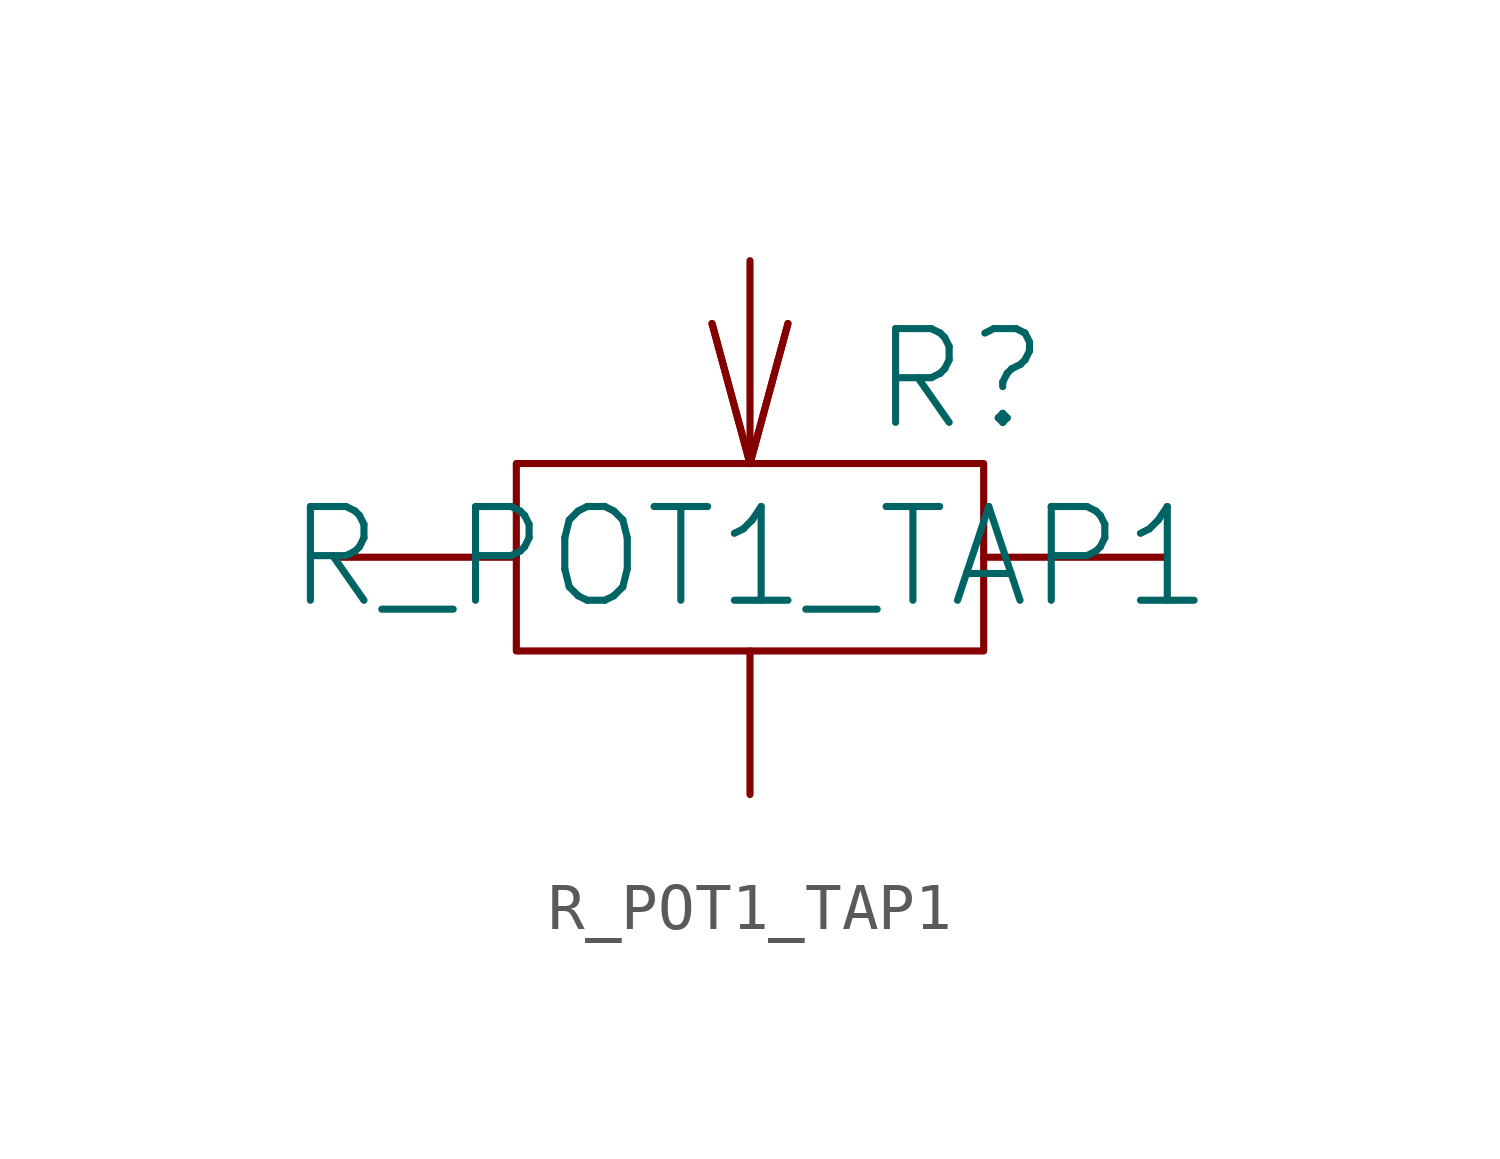
<source format=kicad_sym>
(kicad_symbol_lib
  (version 20231120)
  (generator "kicad_symbol_editor")
  (generator_version "8.0")
  (symbol "R_POT1_TAP1"
    (pin_numbers hide)
    (pin_names
      (offset 0) hide)
    (property "Reference" "R"
      (at 2.54 3.81 0)
      (effects (font (size 2.007 2.007)) (justify left)))
    (property "Value" "R_POT1_TAP1"
      (at 0 0 0)
      (effects (font (size 2.007 2.007))))
    (symbol "R_POT1_TAP1_0_1"
      (rectangle (start -5.004 2.007) (end 5.004 -2.007) (stroke (width 0) (type solid)) (fill (type none))))
    (symbol "R_POT1_TAP1_1_1"
      (polyline (pts (xy 0 2.007) (xy -0.813 5.004)) (stroke (width 0) (type solid)) (fill (type none)))
      (polyline (pts (xy 0 2.007) (xy -0.813 5.004)) (stroke (width 0) (type solid)) (fill (type none)))
      (polyline (pts (xy 0 2.007) (xy 0.813 5.004)) (stroke (width 0) (type solid)) (fill (type none)))
      (polyline (pts (xy 0 2.007) (xy 0.813 5.004)) (stroke (width 0) (type solid)) (fill (type none)))
      (pin passive line (at -8.89 0 0) (length 3.886) (name "~" (effects (font (size 2.007 2.007)))) (number "1" (effects (font (size 2.007 2.007)))))
      (pin passive line (at 0 6.35 270) (length 4.343) (name "~" (effects (font (size 2.007 2.007)))) (number "2" (effects (font (size 2.007 2.007)))))
      (pin passive line (at 8.89 0 180) (length 3.886) (name "~" (effects (font (size 2.007 2.007)))) (number "3" (effects (font (size 2.007 2.007)))))
      (pin passive line (at 0 -5.08 90) (length 3.073) (name "~" (effects (font (size 2.007 2.007)))) (number "4" (effects (font (size 2.007 2.007))))))))
</source>
